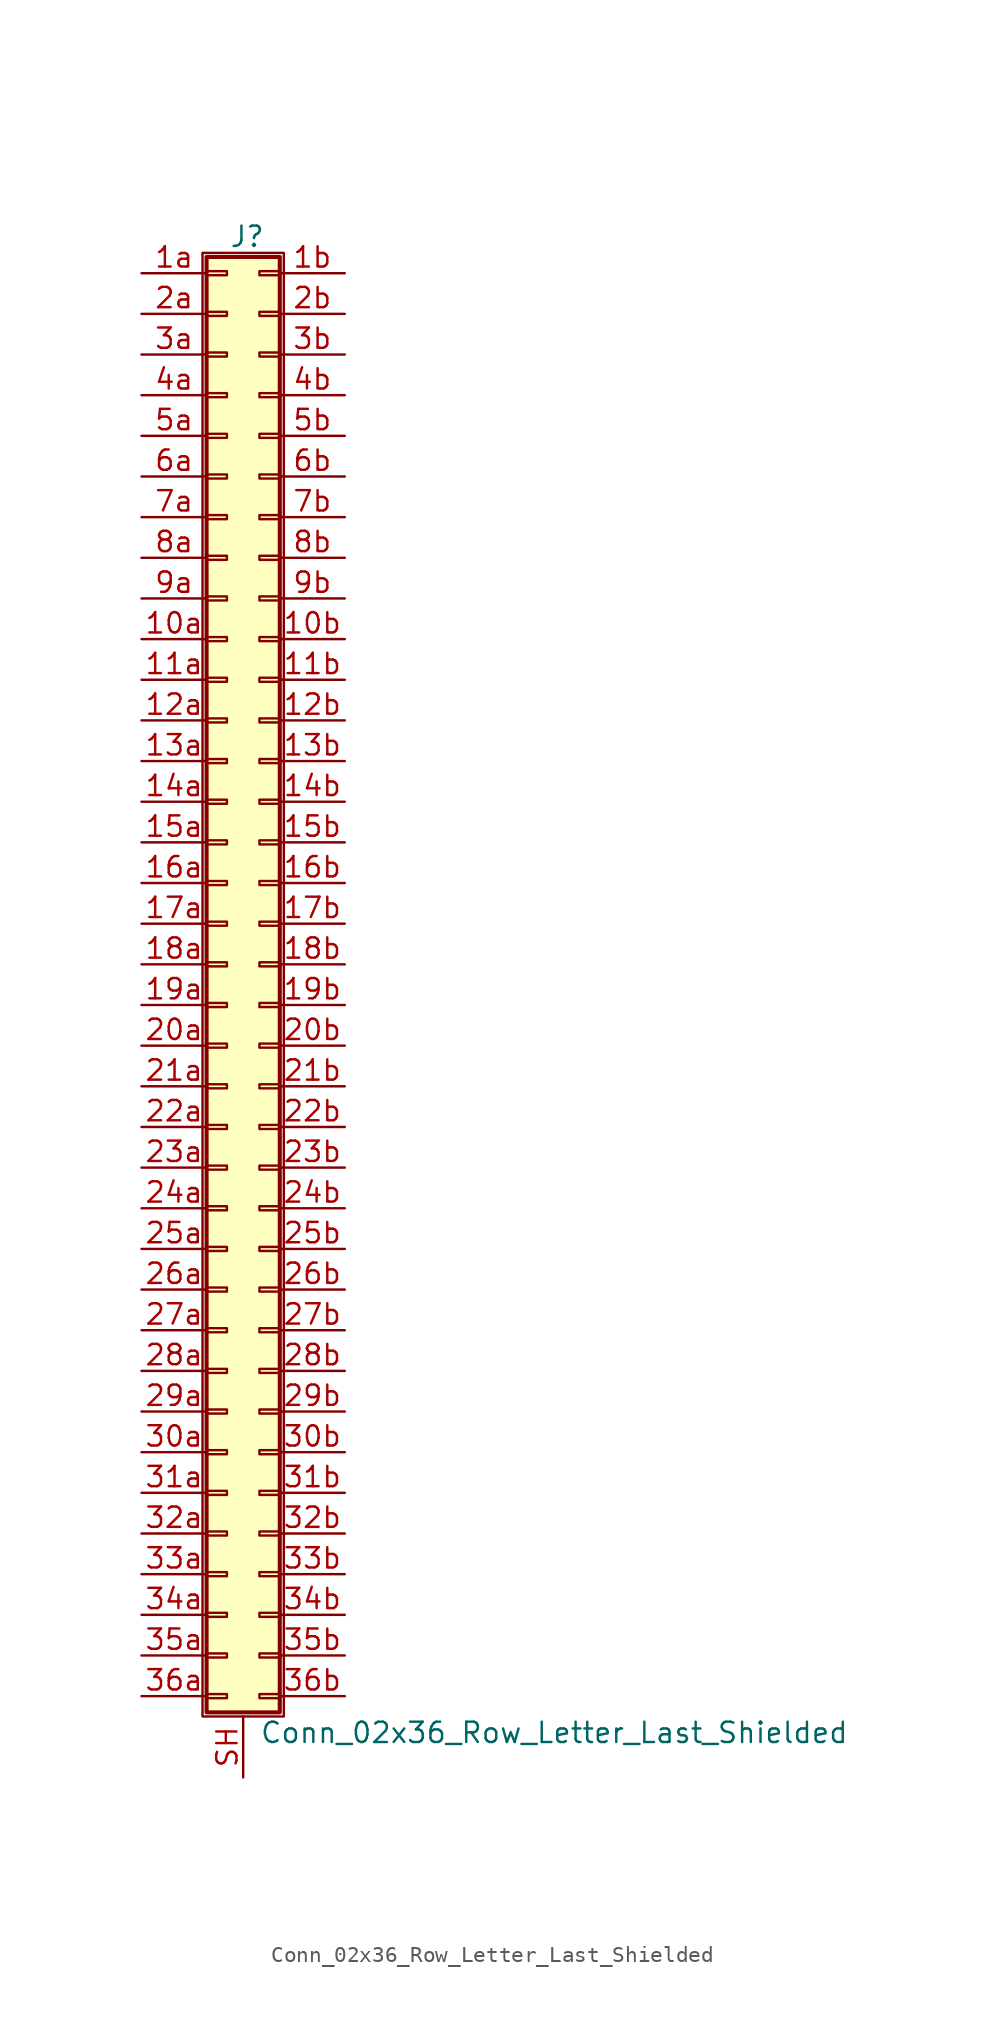
<source format=kicad_sym>
(kicad_symbol_lib
  (version 20201005)
  (generator kicad_symbol_editor)
  (symbol "Connector_Generic_Shielded:Conn_02x36_Row_Letter_Last_Shielded"
    (pin_names
      (offset 1.016) hide)
    (property "Reference" "J"
      (at 1.524 45.466 0)
      (effects (font (size 1.27 1.27))))
    (property "Value" "Conn_02x36_Row_Letter_Last_Shielded"
      (at 2.286 -48.006 0)
      (effects (font (size 1.27 1.27)) (justify left)))
    (symbol "Conn_02x36_Row_Letter_Last_Shielded_1_1"
      (rectangle (start -1.016 -27.813) (end 0.254 -28.067) (stroke (width 0.152)) (fill (type none)))
      (rectangle (start -1.016 -30.353) (end 0.254 -30.607) (stroke (width 0.152)) (fill (type none)))
      (rectangle (start -1.016 -32.893) (end 0.254 -33.147) (stroke (width 0.152)) (fill (type none)))
      (rectangle (start -1.016 -35.433) (end 0.254 -35.687) (stroke (width 0.152)) (fill (type none)))
      (rectangle (start -1.016 -37.973) (end 0.254 -38.227) (stroke (width 0.152)) (fill (type none)))
      (rectangle (start -1.016 -40.513) (end 0.254 -40.767) (stroke (width 0.152)) (fill (type none)))
      (rectangle (start -1.016 -43.053) (end 0.254 -43.307) (stroke (width 0.152)) (fill (type none)))
      (rectangle (start -1.016 -45.593) (end 0.254 -45.847) (stroke (width 0.152)) (fill (type none)))
      (rectangle (start -1.016 -4.953) (end 0.254 -5.207) (stroke (width 0.152)) (fill (type none)))
      (rectangle (start -1.016 -7.493) (end 0.254 -7.747) (stroke (width 0.152)) (fill (type none)))
      (rectangle (start -1.016 -10.033) (end 0.254 -10.287) (stroke (width 0.152)) (fill (type none)))
      (rectangle (start -1.016 -12.573) (end 0.254 -12.827) (stroke (width 0.152)) (fill (type none)))
      (rectangle (start -1.016 -15.113) (end 0.254 -15.367) (stroke (width 0.152)) (fill (type none)))
      (rectangle (start -1.016 -17.653) (end 0.254 -17.907) (stroke (width 0.152)) (fill (type none)))
      (rectangle (start -1.016 -20.193) (end 0.254 -20.447) (stroke (width 0.152)) (fill (type none)))
      (rectangle (start -1.016 -22.733) (end 0.254 -22.987) (stroke (width 0.152)) (fill (type none)))
      (rectangle (start -1.016 -2.413) (end 0.254 -2.667) (stroke (width 0.152)) (fill (type none)))
      (rectangle (start -1.016 -25.273) (end 0.254 -25.527) (stroke (width 0.152)) (fill (type none)))
      (rectangle (start -1.016 25.527) (end 0.254 25.273) (stroke (width 0.152)) (fill (type none)))
      (rectangle (start -1.016 2.667) (end 0.254 2.413) (stroke (width 0.152)) (fill (type none)))
      (rectangle (start -1.016 28.067) (end 0.254 27.813) (stroke (width 0.152)) (fill (type none)))
      (rectangle (start -1.016 30.607) (end 0.254 30.353) (stroke (width 0.152)) (fill (type none)))
      (rectangle (start -1.016 33.147) (end 0.254 32.893) (stroke (width 0.152)) (fill (type none)))
      (rectangle (start -1.016 35.687) (end 0.254 35.433) (stroke (width 0.152)) (fill (type none)))
      (rectangle (start -1.016 38.227) (end 0.254 37.973) (stroke (width 0.152)) (fill (type none)))
      (rectangle (start -1.016 40.767) (end 0.254 40.513) (stroke (width 0.152)) (fill (type none)))
      (rectangle (start -1.016 43.307) (end 0.254 43.053) (stroke (width 0.152)) (fill (type none)))
      (rectangle (start -1.016 44.196) (end 3.556 -46.736) (stroke (width 0.254)) (fill (type background)))
      (rectangle (start -1.016 5.207) (end 0.254 4.953) (stroke (width 0.152)) (fill (type none)))
      (rectangle (start -1.016 7.747) (end 0.254 7.493) (stroke (width 0.152)) (fill (type none)))
      (rectangle (start -1.016 10.287) (end 0.254 10.033) (stroke (width 0.152)) (fill (type none)))
      (rectangle (start -1.016 0.127) (end 0.254 -0.127) (stroke (width 0.152)) (fill (type none)))
      (rectangle (start -1.016 12.827) (end 0.254 12.573) (stroke (width 0.152)) (fill (type none)))
      (rectangle (start -1.016 15.367) (end 0.254 15.113) (stroke (width 0.152)) (fill (type none)))
      (rectangle (start -1.016 17.907) (end 0.254 17.653) (stroke (width 0.152)) (fill (type none)))
      (rectangle (start -1.016 20.447) (end 0.254 20.193) (stroke (width 0.152)) (fill (type none)))
      (rectangle (start -1.016 22.987) (end 0.254 22.733) (stroke (width 0.152)) (fill (type none)))
      (rectangle (start -1.27 44.45) (end 3.81 -46.99) (stroke (width 0.152)) (fill (type none)))
      (rectangle (start 3.556 -27.813) (end 2.286 -28.067) (stroke (width 0.152)) (fill (type none)))
      (rectangle (start 3.556 -30.353) (end 2.286 -30.607) (stroke (width 0.152)) (fill (type none)))
      (rectangle (start 3.556 -32.893) (end 2.286 -33.147) (stroke (width 0.152)) (fill (type none)))
      (rectangle (start 3.556 -35.433) (end 2.286 -35.687) (stroke (width 0.152)) (fill (type none)))
      (rectangle (start 3.556 -37.973) (end 2.286 -38.227) (stroke (width 0.152)) (fill (type none)))
      (rectangle (start 3.556 -40.513) (end 2.286 -40.767) (stroke (width 0.152)) (fill (type none)))
      (rectangle (start 3.556 -43.053) (end 2.286 -43.307) (stroke (width 0.152)) (fill (type none)))
      (rectangle (start 3.556 -45.593) (end 2.286 -45.847) (stroke (width 0.152)) (fill (type none)))
      (rectangle (start 3.556 -4.953) (end 2.286 -5.207) (stroke (width 0.152)) (fill (type none)))
      (rectangle (start 3.556 -7.493) (end 2.286 -7.747) (stroke (width 0.152)) (fill (type none)))
      (rectangle (start 3.556 -10.033) (end 2.286 -10.287) (stroke (width 0.152)) (fill (type none)))
      (rectangle (start 3.556 -12.573) (end 2.286 -12.827) (stroke (width 0.152)) (fill (type none)))
      (rectangle (start 3.556 -15.113) (end 2.286 -15.367) (stroke (width 0.152)) (fill (type none)))
      (rectangle (start 3.556 -17.653) (end 2.286 -17.907) (stroke (width 0.152)) (fill (type none)))
      (rectangle (start 3.556 -20.193) (end 2.286 -20.447) (stroke (width 0.152)) (fill (type none)))
      (rectangle (start 3.556 -22.733) (end 2.286 -22.987) (stroke (width 0.152)) (fill (type none)))
      (rectangle (start 3.556 -2.413) (end 2.286 -2.667) (stroke (width 0.152)) (fill (type none)))
      (rectangle (start 3.556 -25.273) (end 2.286 -25.527) (stroke (width 0.152)) (fill (type none)))
      (rectangle (start 3.556 25.527) (end 2.286 25.273) (stroke (width 0.152)) (fill (type none)))
      (rectangle (start 3.556 2.667) (end 2.286 2.413) (stroke (width 0.152)) (fill (type none)))
      (rectangle (start 3.556 28.067) (end 2.286 27.813) (stroke (width 0.152)) (fill (type none)))
      (rectangle (start 3.556 30.607) (end 2.286 30.353) (stroke (width 0.152)) (fill (type none)))
      (rectangle (start 3.556 33.147) (end 2.286 32.893) (stroke (width 0.152)) (fill (type none)))
      (rectangle (start 3.556 35.687) (end 2.286 35.433) (stroke (width 0.152)) (fill (type none)))
      (rectangle (start 3.556 38.227) (end 2.286 37.973) (stroke (width 0.152)) (fill (type none)))
      (rectangle (start 3.556 40.767) (end 2.286 40.513) (stroke (width 0.152)) (fill (type none)))
      (rectangle (start 3.556 43.307) (end 2.286 43.053) (stroke (width 0.152)) (fill (type none)))
      (rectangle (start 3.556 5.207) (end 2.286 4.953) (stroke (width 0.152)) (fill (type none)))
      (rectangle (start 3.556 7.747) (end 2.286 7.493) (stroke (width 0.152)) (fill (type none)))
      (rectangle (start 3.556 10.287) (end 2.286 10.033) (stroke (width 0.152)) (fill (type none)))
      (rectangle (start 3.556 0.127) (end 2.286 -0.127) (stroke (width 0.152)) (fill (type none)))
      (rectangle (start 3.556 12.827) (end 2.286 12.573) (stroke (width 0.152)) (fill (type none)))
      (rectangle (start 3.556 15.367) (end 2.286 15.113) (stroke (width 0.152)) (fill (type none)))
      (rectangle (start 3.556 17.907) (end 2.286 17.653) (stroke (width 0.152)) (fill (type none)))
      (rectangle (start 3.556 20.447) (end 2.286 20.193) (stroke (width 0.152)) (fill (type none)))
      (rectangle (start 3.556 22.987) (end 2.286 22.733) (stroke (width 0.152)) (fill (type none)))
      (pin passive line (at -5.08 20.32 0) (length 4.064) (name "Pin_10a" (effects (font (size 1.27 1.27)))) (number "10a" (effects (font (size 1.27 1.27)))))
      (pin passive line (at 7.62 20.32 180) (length 4.064) (name "Pin_10b" (effects (font (size 1.27 1.27)))) (number "10b" (effects (font (size 1.27 1.27)))))
      (pin passive line (at -5.08 17.78 0) (length 4.064) (name "Pin_11a" (effects (font (size 1.27 1.27)))) (number "11a" (effects (font (size 1.27 1.27)))))
      (pin passive line (at 7.62 17.78 180) (length 4.064) (name "Pin_11b" (effects (font (size 1.27 1.27)))) (number "11b" (effects (font (size 1.27 1.27)))))
      (pin passive line (at -5.08 15.24 0) (length 4.064) (name "Pin_12a" (effects (font (size 1.27 1.27)))) (number "12a" (effects (font (size 1.27 1.27)))))
      (pin passive line (at 7.62 15.24 180) (length 4.064) (name "Pin_12b" (effects (font (size 1.27 1.27)))) (number "12b" (effects (font (size 1.27 1.27)))))
      (pin passive line (at -5.08 12.7 0) (length 4.064) (name "Pin_13a" (effects (font (size 1.27 1.27)))) (number "13a" (effects (font (size 1.27 1.27)))))
      (pin passive line (at 7.62 12.7 180) (length 4.064) (name "Pin_13b" (effects (font (size 1.27 1.27)))) (number "13b" (effects (font (size 1.27 1.27)))))
      (pin passive line (at -5.08 10.16 0) (length 4.064) (name "Pin_14a" (effects (font (size 1.27 1.27)))) (number "14a" (effects (font (size 1.27 1.27)))))
      (pin passive line (at 7.62 10.16 180) (length 4.064) (name "Pin_14b" (effects (font (size 1.27 1.27)))) (number "14b" (effects (font (size 1.27 1.27)))))
      (pin passive line (at -5.08 7.62 0) (length 4.064) (name "Pin_15a" (effects (font (size 1.27 1.27)))) (number "15a" (effects (font (size 1.27 1.27)))))
      (pin passive line (at 7.62 7.62 180) (length 4.064) (name "Pin_15b" (effects (font (size 1.27 1.27)))) (number "15b" (effects (font (size 1.27 1.27)))))
      (pin passive line (at -5.08 5.08 0) (length 4.064) (name "Pin_16a" (effects (font (size 1.27 1.27)))) (number "16a" (effects (font (size 1.27 1.27)))))
      (pin passive line (at 7.62 5.08 180) (length 4.064) (name "Pin_16b" (effects (font (size 1.27 1.27)))) (number "16b" (effects (font (size 1.27 1.27)))))
      (pin passive line (at -5.08 2.54 0) (length 4.064) (name "Pin_17a" (effects (font (size 1.27 1.27)))) (number "17a" (effects (font (size 1.27 1.27)))))
      (pin passive line (at 7.62 2.54 180) (length 4.064) (name "Pin_17b" (effects (font (size 1.27 1.27)))) (number "17b" (effects (font (size 1.27 1.27)))))
      (pin passive line (at -5.08 0 0) (length 4.064) (name "Pin_18a" (effects (font (size 1.27 1.27)))) (number "18a" (effects (font (size 1.27 1.27)))))
      (pin passive line (at 7.62 0 180) (length 4.064) (name "Pin_18b" (effects (font (size 1.27 1.27)))) (number "18b" (effects (font (size 1.27 1.27)))))
      (pin passive line (at -5.08 -2.54 0) (length 4.064) (name "Pin_19a" (effects (font (size 1.27 1.27)))) (number "19a" (effects (font (size 1.27 1.27)))))
      (pin passive line (at 7.62 -2.54 180) (length 4.064) (name "Pin_19b" (effects (font (size 1.27 1.27)))) (number "19b" (effects (font (size 1.27 1.27)))))
      (pin passive line (at -5.08 43.18 0) (length 4.064) (name "Pin_1a" (effects (font (size 1.27 1.27)))) (number "1a" (effects (font (size 1.27 1.27)))))
      (pin passive line (at 7.62 43.18 180) (length 4.064) (name "Pin_1b" (effects (font (size 1.27 1.27)))) (number "1b" (effects (font (size 1.27 1.27)))))
      (pin passive line (at -5.08 -5.08 0) (length 4.064) (name "Pin_20a" (effects (font (size 1.27 1.27)))) (number "20a" (effects (font (size 1.27 1.27)))))
      (pin passive line (at 7.62 -5.08 180) (length 4.064) (name "Pin_20b" (effects (font (size 1.27 1.27)))) (number "20b" (effects (font (size 1.27 1.27)))))
      (pin passive line (at -5.08 -7.62 0) (length 4.064) (name "Pin_21a" (effects (font (size 1.27 1.27)))) (number "21a" (effects (font (size 1.27 1.27)))))
      (pin passive line (at 7.62 -7.62 180) (length 4.064) (name "Pin_21b" (effects (font (size 1.27 1.27)))) (number "21b" (effects (font (size 1.27 1.27)))))
      (pin passive line (at -5.08 -10.16 0) (length 4.064) (name "Pin_22a" (effects (font (size 1.27 1.27)))) (number "22a" (effects (font (size 1.27 1.27)))))
      (pin passive line (at 7.62 -10.16 180) (length 4.064) (name "Pin_22b" (effects (font (size 1.27 1.27)))) (number "22b" (effects (font (size 1.27 1.27)))))
      (pin passive line (at -5.08 -12.7 0) (length 4.064) (name "Pin_23a" (effects (font (size 1.27 1.27)))) (number "23a" (effects (font (size 1.27 1.27)))))
      (pin passive line (at 7.62 -12.7 180) (length 4.064) (name "Pin_23b" (effects (font (size 1.27 1.27)))) (number "23b" (effects (font (size 1.27 1.27)))))
      (pin passive line (at -5.08 -15.24 0) (length 4.064) (name "Pin_24a" (effects (font (size 1.27 1.27)))) (number "24a" (effects (font (size 1.27 1.27)))))
      (pin passive line (at 7.62 -15.24 180) (length 4.064) (name "Pin_24b" (effects (font (size 1.27 1.27)))) (number "24b" (effects (font (size 1.27 1.27)))))
      (pin passive line (at -5.08 -17.78 0) (length 4.064) (name "Pin_25a" (effects (font (size 1.27 1.27)))) (number "25a" (effects (font (size 1.27 1.27)))))
      (pin passive line (at 7.62 -17.78 180) (length 4.064) (name "Pin_25b" (effects (font (size 1.27 1.27)))) (number "25b" (effects (font (size 1.27 1.27)))))
      (pin passive line (at -5.08 -20.32 0) (length 4.064) (name "Pin_26a" (effects (font (size 1.27 1.27)))) (number "26a" (effects (font (size 1.27 1.27)))))
      (pin passive line (at 7.62 -20.32 180) (length 4.064) (name "Pin_26b" (effects (font (size 1.27 1.27)))) (number "26b" (effects (font (size 1.27 1.27)))))
      (pin passive line (at -5.08 -22.86 0) (length 4.064) (name "Pin_27a" (effects (font (size 1.27 1.27)))) (number "27a" (effects (font (size 1.27 1.27)))))
      (pin passive line (at 7.62 -22.86 180) (length 4.064) (name "Pin_27b" (effects (font (size 1.27 1.27)))) (number "27b" (effects (font (size 1.27 1.27)))))
      (pin passive line (at -5.08 -25.4 0) (length 4.064) (name "Pin_28a" (effects (font (size 1.27 1.27)))) (number "28a" (effects (font (size 1.27 1.27)))))
      (pin passive line (at 7.62 -25.4 180) (length 4.064) (name "Pin_28b" (effects (font (size 1.27 1.27)))) (number "28b" (effects (font (size 1.27 1.27)))))
      (pin passive line (at -5.08 -27.94 0) (length 4.064) (name "Pin_29a" (effects (font (size 1.27 1.27)))) (number "29a" (effects (font (size 1.27 1.27)))))
      (pin passive line (at 7.62 -27.94 180) (length 4.064) (name "Pin_29b" (effects (font (size 1.27 1.27)))) (number "29b" (effects (font (size 1.27 1.27)))))
      (pin passive line (at -5.08 40.64 0) (length 4.064) (name "Pin_2a" (effects (font (size 1.27 1.27)))) (number "2a" (effects (font (size 1.27 1.27)))))
      (pin passive line (at 7.62 40.64 180) (length 4.064) (name "Pin_2b" (effects (font (size 1.27 1.27)))) (number "2b" (effects (font (size 1.27 1.27)))))
      (pin passive line (at -5.08 -30.48 0) (length 4.064) (name "Pin_30a" (effects (font (size 1.27 1.27)))) (number "30a" (effects (font (size 1.27 1.27)))))
      (pin passive line (at 7.62 -30.48 180) (length 4.064) (name "Pin_30b" (effects (font (size 1.27 1.27)))) (number "30b" (effects (font (size 1.27 1.27)))))
      (pin passive line (at -5.08 -33.02 0) (length 4.064) (name "Pin_31a" (effects (font (size 1.27 1.27)))) (number "31a" (effects (font (size 1.27 1.27)))))
      (pin passive line (at 7.62 -33.02 180) (length 4.064) (name "Pin_31b" (effects (font (size 1.27 1.27)))) (number "31b" (effects (font (size 1.27 1.27)))))
      (pin passive line (at -5.08 -35.56 0) (length 4.064) (name "Pin_32a" (effects (font (size 1.27 1.27)))) (number "32a" (effects (font (size 1.27 1.27)))))
      (pin passive line (at 7.62 -35.56 180) (length 4.064) (name "Pin_32b" (effects (font (size 1.27 1.27)))) (number "32b" (effects (font (size 1.27 1.27)))))
      (pin passive line (at -5.08 -38.1 0) (length 4.064) (name "Pin_33a" (effects (font (size 1.27 1.27)))) (number "33a" (effects (font (size 1.27 1.27)))))
      (pin passive line (at 7.62 -38.1 180) (length 4.064) (name "Pin_33b" (effects (font (size 1.27 1.27)))) (number "33b" (effects (font (size 1.27 1.27)))))
      (pin passive line (at -5.08 -40.64 0) (length 4.064) (name "Pin_34a" (effects (font (size 1.27 1.27)))) (number "34a" (effects (font (size 1.27 1.27)))))
      (pin passive line (at 7.62 -40.64 180) (length 4.064) (name "Pin_34b" (effects (font (size 1.27 1.27)))) (number "34b" (effects (font (size 1.27 1.27)))))
      (pin passive line (at -5.08 -43.18 0) (length 4.064) (name "Pin_35a" (effects (font (size 1.27 1.27)))) (number "35a" (effects (font (size 1.27 1.27)))))
      (pin passive line (at 7.62 -43.18 180) (length 4.064) (name "Pin_35b" (effects (font (size 1.27 1.27)))) (number "35b" (effects (font (size 1.27 1.27)))))
      (pin passive line (at -5.08 -45.72 0) (length 4.064) (name "Pin_36a" (effects (font (size 1.27 1.27)))) (number "36a" (effects (font (size 1.27 1.27)))))
      (pin passive line (at 7.62 -45.72 180) (length 4.064) (name "Pin_36b" (effects (font (size 1.27 1.27)))) (number "36b" (effects (font (size 1.27 1.27)))))
      (pin passive line (at -5.08 38.1 0) (length 4.064) (name "Pin_3a" (effects (font (size 1.27 1.27)))) (number "3a" (effects (font (size 1.27 1.27)))))
      (pin passive line (at 7.62 38.1 180) (length 4.064) (name "Pin_3b" (effects (font (size 1.27 1.27)))) (number "3b" (effects (font (size 1.27 1.27)))))
      (pin passive line (at -5.08 35.56 0) (length 4.064) (name "Pin_4a" (effects (font (size 1.27 1.27)))) (number "4a" (effects (font (size 1.27 1.27)))))
      (pin passive line (at 7.62 35.56 180) (length 4.064) (name "Pin_4b" (effects (font (size 1.27 1.27)))) (number "4b" (effects (font (size 1.27 1.27)))))
      (pin passive line (at -5.08 33.02 0) (length 4.064) (name "Pin_5a" (effects (font (size 1.27 1.27)))) (number "5a" (effects (font (size 1.27 1.27)))))
      (pin passive line (at 7.62 33.02 180) (length 4.064) (name "Pin_5b" (effects (font (size 1.27 1.27)))) (number "5b" (effects (font (size 1.27 1.27)))))
      (pin passive line (at -5.08 30.48 0) (length 4.064) (name "Pin_6a" (effects (font (size 1.27 1.27)))) (number "6a" (effects (font (size 1.27 1.27)))))
      (pin passive line (at 7.62 30.48 180) (length 4.064) (name "Pin_6b" (effects (font (size 1.27 1.27)))) (number "6b" (effects (font (size 1.27 1.27)))))
      (pin passive line (at -5.08 27.94 0) (length 4.064) (name "Pin_7a" (effects (font (size 1.27 1.27)))) (number "7a" (effects (font (size 1.27 1.27)))))
      (pin passive line (at 7.62 27.94 180) (length 4.064) (name "Pin_7b" (effects (font (size 1.27 1.27)))) (number "7b" (effects (font (size 1.27 1.27)))))
      (pin passive line (at -5.08 25.4 0) (length 4.064) (name "Pin_8a" (effects (font (size 1.27 1.27)))) (number "8a" (effects (font (size 1.27 1.27)))))
      (pin passive line (at 7.62 25.4 180) (length 4.064) (name "Pin_8b" (effects (font (size 1.27 1.27)))) (number "8b" (effects (font (size 1.27 1.27)))))
      (pin passive line (at -5.08 22.86 0) (length 4.064) (name "Pin_9a" (effects (font (size 1.27 1.27)))) (number "9a" (effects (font (size 1.27 1.27)))))
      (pin passive line (at 7.62 22.86 180) (length 4.064) (name "Pin_9b" (effects (font (size 1.27 1.27)))) (number "9b" (effects (font (size 1.27 1.27)))))
      (pin passive line (at 1.27 -50.8 90) (length 3.81) (name "Shield" (effects (font (size 1.27 1.27)))) (number "SH" (effects (font (size 1.27 1.27))))))))
</source>
